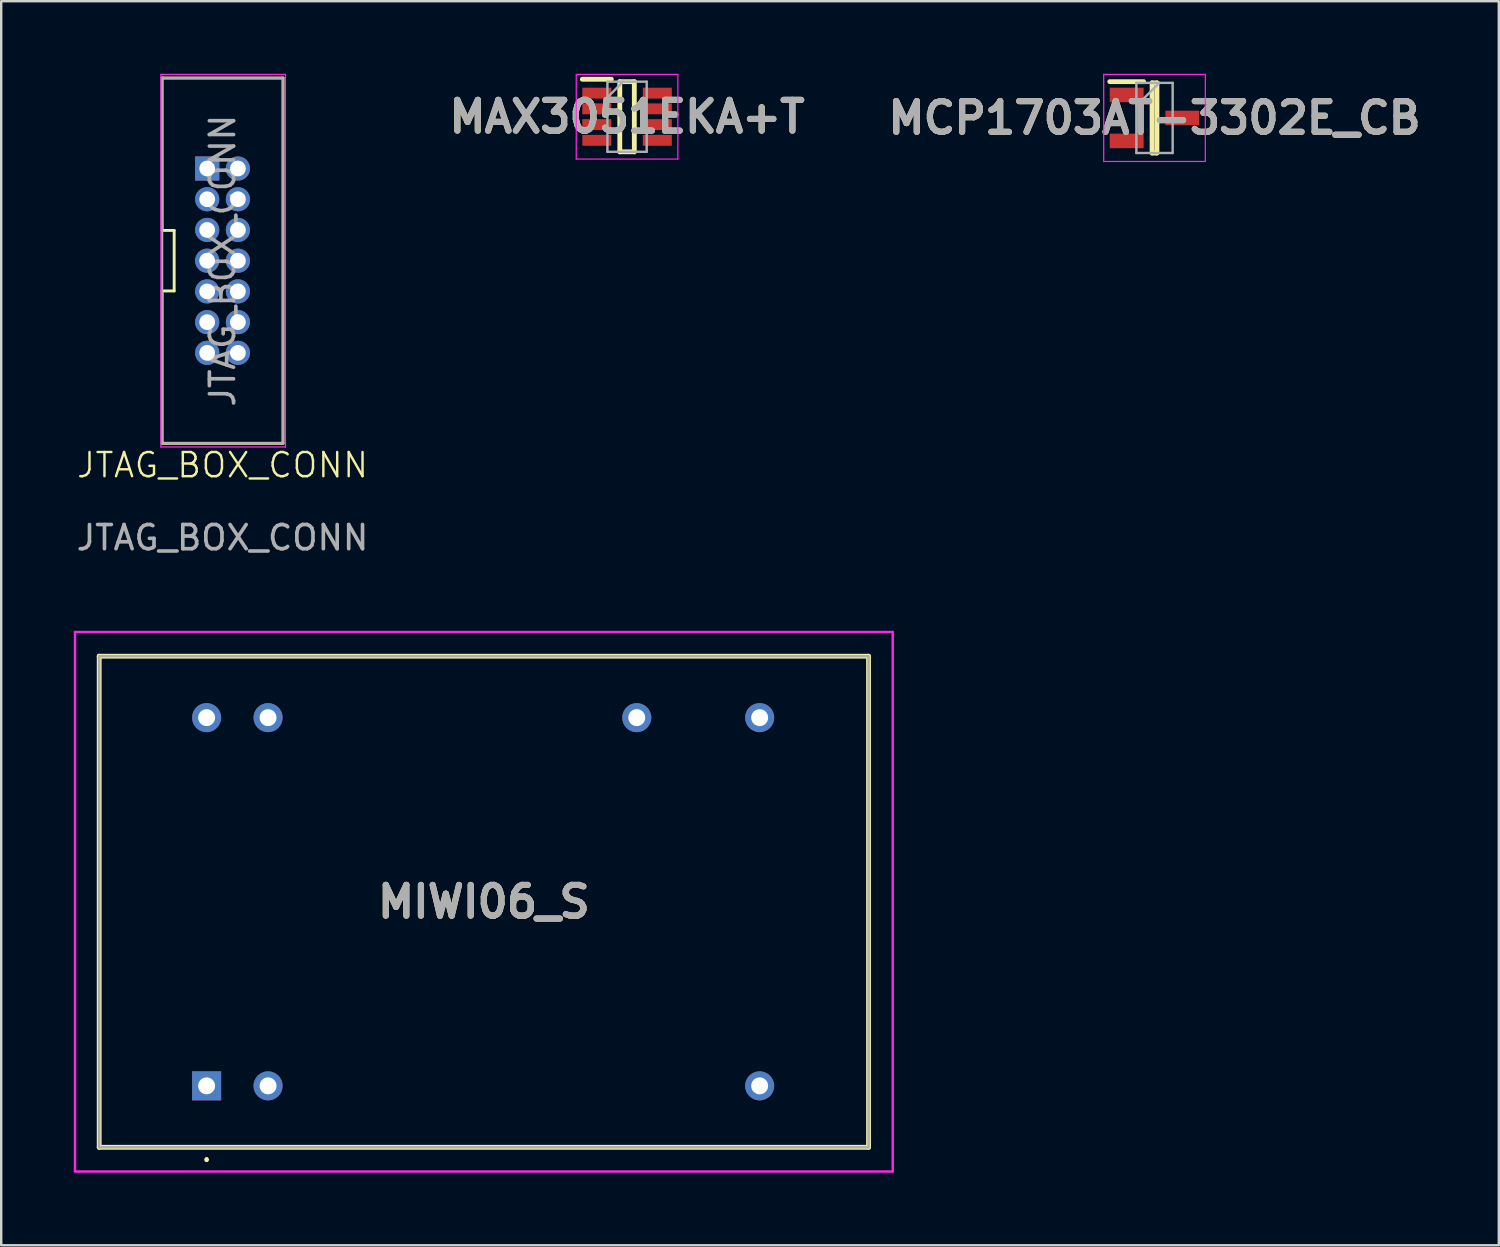
<source format=kicad_pcb>
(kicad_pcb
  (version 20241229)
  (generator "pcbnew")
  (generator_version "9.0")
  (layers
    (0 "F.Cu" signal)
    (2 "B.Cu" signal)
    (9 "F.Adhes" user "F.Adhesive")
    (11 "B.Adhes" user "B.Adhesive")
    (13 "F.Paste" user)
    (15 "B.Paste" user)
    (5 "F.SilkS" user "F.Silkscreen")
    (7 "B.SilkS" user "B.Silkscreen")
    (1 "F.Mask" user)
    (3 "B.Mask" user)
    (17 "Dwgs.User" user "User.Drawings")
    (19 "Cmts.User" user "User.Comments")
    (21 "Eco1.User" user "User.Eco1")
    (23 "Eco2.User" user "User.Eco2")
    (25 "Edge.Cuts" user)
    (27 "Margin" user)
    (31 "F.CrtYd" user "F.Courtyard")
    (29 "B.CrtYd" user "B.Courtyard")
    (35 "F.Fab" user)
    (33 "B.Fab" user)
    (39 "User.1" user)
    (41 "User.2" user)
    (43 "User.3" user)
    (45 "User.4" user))
  (footprint "JTAG_BOX_CONN"
    (layer "F.Cu")
    (at 6.149 16.675)
    (property "Reference" "JTAG_BOX_CONN" (at 0 -0.5 0) (unlocked yes) (layer "F.SilkS") (effects (font (size 1 1) (thickness 0.1))))
    (attr through_hole)
    (fp_line (start -2.5 -16.5) (end -2.5 -10.2) (stroke (width 0.12) (type solid)) (layer "F.SilkS"))
    (fp_line (start -2.5 -16.5) (end 2.5 -16.5) (stroke (width 0.12) (type solid)) (layer "F.SilkS"))
    (fp_line (start -2.5 -10.2) (end -2 -10.2) (stroke (width 0.12) (type default)) (layer "F.SilkS"))
    (fp_line (start -2.5 -7.7) (end -2.5 -1.4) (stroke (width 0.12) (type solid)) (layer "F.SilkS"))
    (fp_line (start -2.5 -1.4) (end 2.5 -1.4) (stroke (width 0.12) (type solid)) (layer "F.SilkS"))
    (fp_line (start -2 -10.2) (end -2 -7.7) (stroke (width 0.12) (type default)) (layer "F.SilkS"))
    (fp_line (start -2 -7.7) (end -2.5 -7.7) (stroke (width 0.12) (type default)) (layer "F.SilkS"))
    (fp_line (start 2.5 -16.5) (end 2.5 -1.4) (stroke (width 0.12) (type solid)) (layer "F.SilkS"))
    (fp_line (start -2.55 -16.65) (end -2.55 -1.25) (stroke (width 0.05) (type solid)) (layer "F.CrtYd"))
    (fp_line (start -2.55 -1.25) (end 2.6 -1.25) (stroke (width 0.05) (type solid)) (layer "F.CrtYd"))
    (fp_line (start 2.6 -16.65) (end -2.55 -16.65) (stroke (width 0.05) (type solid)) (layer "F.CrtYd"))
    (fp_line (start 2.6 -1.25) (end 2.6 -16.65) (stroke (width 0.05) (type solid)) (layer "F.CrtYd"))
    (fp_line (start -2.5 -16.5) (end 2.5 -16.5) (stroke (width 0.1) (type solid)) (layer "F.Fab"))
    (fp_line (start -2.5 -1.4) (end -2.5 -16.5) (stroke (width 0.1) (type solid)) (layer "F.Fab"))
    (fp_line (start 2.5 -16.5) (end 2.5 -1.4) (stroke (width 0.1) (type solid)) (layer "F.Fab"))
    (fp_line (start 2.5 -1.4) (end -2.5 -1.4) (stroke (width 0.1) (type solid)) (layer "F.Fab"))
    (fp_text user "${REFERENCE}" (at 0 2.5 0) (unlocked yes) (layer "F.Fab") (effects (font (size 1 1) (thickness 0.15))))
    (fp_text user "${REFERENCE}" (at 0 -8.95 90) (layer "F.Fab") (effects (font (size 1 1) (thickness 0.15))))
    (pad "1" thru_hole rect (at -0.635 -12.76) (size 1 1) (drill 0.65) (layers "*.Cu" "*.Mask"))
    (pad "2" thru_hole oval (at 0.635 -12.76) (size 1 1) (drill 0.65) (layers "*.Cu" "*.Mask"))
    (pad "3" thru_hole oval (at -0.635 -11.49) (size 1 1) (drill 0.65) (layers "*.Cu" "*.Mask"))
    (pad "4" thru_hole oval (at 0.635 -11.49) (size 1 1) (drill 0.65) (layers "*.Cu" "*.Mask"))
    (pad "5" thru_hole oval (at -0.635 -10.22) (size 1 1) (drill 0.65) (layers "*.Cu" "*.Mask"))
    (pad "6" thru_hole oval (at 0.635 -10.22) (size 1 1) (drill 0.65) (layers "*.Cu" "*.Mask"))
    (pad "7" thru_hole oval (at -0.635 -8.95) (size 1 1) (drill 0.65) (layers "*.Cu" "*.Mask"))
    (pad "8" thru_hole oval (at 0.635 -8.95) (size 1 1) (drill 0.65) (layers "*.Cu" "*.Mask"))
    (pad "9" thru_hole oval (at -0.635 -7.68) (size 1 1) (drill 0.65) (layers "*.Cu" "*.Mask"))
    (pad "10" thru_hole oval (at 0.635 -7.68) (size 1 1) (drill 0.65) (layers "*.Cu" "*.Mask"))
    (pad "11" thru_hole oval (at -0.635 -6.41) (size 1 1) (drill 0.65) (layers "*.Cu" "*.Mask"))
    (pad "12" thru_hole oval (at 0.635 -6.41) (size 1 1) (drill 0.65) (layers "*.Cu" "*.Mask"))
    (pad "13" thru_hole oval (at -0.635 -5.14) (size 1 1) (drill 0.65) (layers "*.Cu" "*.Mask"))
    (pad "14" thru_hole oval (at 0.635 -5.14) (size 1 1) (drill 0.65) (layers "*.Cu" "*.Mask")))
  (footprint "MAX3051EKA+T"
    (layer "F.Cu")
    (at 22.869 1.775)
    (property "Reference" "MAX3051EKA+T" (at 0 0 0) (layer "F.SilkS") (effects (font (size 1.27 1.27) (thickness 0.254))))
    (attr smd)
    (fp_line (start -1.85 -1.55) (end -0.65 -1.55) (stroke (width 0.2) (type solid)) (layer "F.SilkS"))
    (fp_line (start -0.3 -1.45) (end 0.3 -1.45) (stroke (width 0.2) (type solid)) (layer "F.SilkS"))
    (fp_line (start -0.3 1.45) (end -0.3 -1.45) (stroke (width 0.2) (type solid)) (layer "F.SilkS"))
    (fp_line (start 0.3 -1.45) (end 0.3 1.45) (stroke (width 0.2) (type solid)) (layer "F.SilkS"))
    (fp_line (start 0.3 1.45) (end -0.3 1.45) (stroke (width 0.2) (type solid)) (layer "F.SilkS"))
    (fp_line (start -2.1 -1.75) (end 2.1 -1.75) (stroke (width 0.05) (type solid)) (layer "F.CrtYd"))
    (fp_line (start -2.1 1.75) (end -2.1 -1.75) (stroke (width 0.05) (type solid)) (layer "F.CrtYd"))
    (fp_line (start 2.1 -1.75) (end 2.1 1.75) (stroke (width 0.05) (type solid)) (layer "F.CrtYd"))
    (fp_line (start 2.1 1.75) (end -2.1 1.75) (stroke (width 0.05) (type solid)) (layer "F.CrtYd"))
    (fp_line (start -0.812 -1.45) (end 0.812 -1.45) (stroke (width 0.1) (type solid)) (layer "F.Fab"))
    (fp_line (start -0.812 -0.8) (end -0.162 -1.45) (stroke (width 0.1) (type solid)) (layer "F.Fab"))
    (fp_line (start -0.812 1.45) (end -0.812 -1.45) (stroke (width 0.1) (type solid)) (layer "F.Fab"))
    (fp_line (start 0.812 -1.45) (end 0.812 1.45) (stroke (width 0.1) (type solid)) (layer "F.Fab"))
    (fp_line (start 0.812 1.45) (end -0.812 1.45) (stroke (width 0.1) (type solid)) (layer "F.Fab"))
    (fp_text user "${REFERENCE}" (at 0 0 0) (layer "F.Fab") (effects (font (size 1.27 1.27) (thickness 0.254))))
    (pad "1" smd rect (at -1.25 -0.975 90) (size 0.45 1.2) (layers "F.Cu" "F.Mask" "F.Paste"))
    (pad "2" smd rect (at -1.25 -0.325 90) (size 0.45 1.2) (layers "F.Cu" "F.Mask" "F.Paste"))
    (pad "3" smd rect (at -1.25 0.325 90) (size 0.45 1.2) (layers "F.Cu" "F.Mask" "F.Paste"))
    (pad "4" smd rect (at -1.25 0.975 90) (size 0.45 1.2) (layers "F.Cu" "F.Mask" "F.Paste"))
    (pad "5" smd rect (at 1.25 0.975 90) (size 0.45 1.2) (layers "F.Cu" "F.Mask" "F.Paste"))
    (pad "6" smd rect (at 1.25 0.325 90) (size 0.45 1.2) (layers "F.Cu" "F.Mask" "F.Paste"))
    (pad "7" smd rect (at 1.25 -0.325 90) (size 0.45 1.2) (layers "F.Cu" "F.Mask" "F.Paste"))
    (pad "8" smd rect (at 1.25 -0.975 90) (size 0.45 1.2) (layers "F.Cu" "F.Mask" "F.Paste")))
  (footprint "MIWI06_S"
    (layer "F.Cu")
    (at 5.49 41.833)
    (property "Reference" "MIWI06_S" (at 11.46 -7.61 0) (layer "F.SilkS") (effects (font (size 1.27 1.27) (thickness 0.254))))
    (attr through_hole)
    (fp_line (start -4.44 -17.76) (end 27.36 -17.76) (stroke (width 0.2) (type solid)) (layer "F.SilkS"))
    (fp_line (start -4.44 2.54) (end -4.44 -17.76) (stroke (width 0.2) (type solid)) (layer "F.SilkS"))
    (fp_line (start 0 3) (end 0 3) (stroke (width 0.1) (type solid)) (layer "F.SilkS"))
    (fp_line (start 0 3.1) (end 0 3.1) (stroke (width 0.1) (type solid)) (layer "F.SilkS"))
    (fp_line (start 27.36 -17.76) (end 27.36 2.54) (stroke (width 0.2) (type solid)) (layer "F.SilkS"))
    (fp_line (start 27.36 2.54) (end -4.44 2.54) (stroke (width 0.2) (type solid)) (layer "F.SilkS"))
    (fp_arc (start 0 3) (mid 0.05 3.05) (end 0 3.1) (stroke (width 0.1) (type solid)) (layer "F.SilkS"))
    (fp_arc (start 0 3.1) (mid -0.05 3.05) (end 0 3) (stroke (width 0.1) (type solid)) (layer "F.SilkS"))
    (fp_line (start -5.44 -18.76) (end 28.36 -18.76) (stroke (width 0.1) (type solid)) (layer "F.CrtYd"))
    (fp_line (start -5.44 3.54) (end -5.44 -18.76) (stroke (width 0.1) (type solid)) (layer "F.CrtYd"))
    (fp_line (start 28.36 -18.76) (end 28.36 3.54) (stroke (width 0.1) (type solid)) (layer "F.CrtYd"))
    (fp_line (start 28.36 3.54) (end -5.44 3.54) (stroke (width 0.1) (type solid)) (layer "F.CrtYd"))
    (fp_line (start -4.44 -17.76) (end -4.44 2.54) (stroke (width 0.1) (type solid)) (layer "F.Fab"))
    (fp_line (start -4.44 2.54) (end 27.36 2.54) (stroke (width 0.1) (type solid)) (layer "F.Fab"))
    (fp_line (start 27.36 -17.76) (end -4.44 -17.76) (stroke (width 0.1) (type solid)) (layer "F.Fab"))
    (fp_line (start 27.36 2.54) (end 27.36 -17.76) (stroke (width 0.1) (type solid)) (layer "F.Fab"))
    (fp_text user "${REFERENCE}" (at 11.46 -7.61 0) (layer "F.Fab") (effects (font (size 1.27 1.27) (thickness 0.254))))
    (pad "2" thru_hole rect (at 0 0) (size 1.2 1.2) (drill 0.7) (layers "*.Cu" "*.Mask"))
    (pad "3" thru_hole circle (at 2.54 0) (size 1.2 1.2) (drill 0.7) (layers "*.Cu" "*.Mask"))
    (pad "11" thru_hole circle (at 22.86 0) (size 1.2 1.2) (drill 0.7) (layers "*.Cu" "*.Mask"))
    (pad "14" thru_hole circle (at 22.86 -15.22) (size 1.2 1.2) (drill 0.7) (layers "*.Cu" "*.Mask"))
    (pad "16" thru_hole circle (at 17.78 -15.22) (size 1.2 1.2) (drill 0.7) (layers "*.Cu" "*.Mask"))
    (pad "22" thru_hole circle (at 2.54 -15.22) (size 1.2 1.2) (drill 0.7) (layers "*.Cu" "*.Mask"))
    (pad "23" thru_hole circle (at 0 -15.22) (size 1.2 1.2) (drill 0.7) (layers "*.Cu" "*.Mask")))
  (footprint "MCP1703AT-3302E_CB"
    (layer "F.Cu")
    (at 44.671 1.825)
    (property "Reference" "MCP1703AT-3302E_CB" (at 0 0 0) (layer "F.SilkS") (effects (font (size 1.27 1.27) (thickness 0.254))))
    (attr smd)
    (fp_line (start -1.85 -1.5) (end -0.45 -1.5) (stroke (width 0.2) (type solid)) (layer "F.SilkS"))
    (fp_line (start -0.1 -1.45) (end 0.1 -1.45) (stroke (width 0.2) (type solid)) (layer "F.SilkS"))
    (fp_line (start -0.1 1.45) (end -0.1 -1.45) (stroke (width 0.2) (type solid)) (layer "F.SilkS"))
    (fp_line (start 0.1 -1.45) (end 0.1 1.45) (stroke (width 0.2) (type solid)) (layer "F.SilkS"))
    (fp_line (start 0.1 1.45) (end -0.1 1.45) (stroke (width 0.2) (type solid)) (layer "F.SilkS"))
    (fp_line (start -2.1 -1.8) (end 2.1 -1.8) (stroke (width 0.05) (type solid)) (layer "F.CrtYd"))
    (fp_line (start -2.1 1.8) (end -2.1 -1.8) (stroke (width 0.05) (type solid)) (layer "F.CrtYd"))
    (fp_line (start 2.1 -1.8) (end 2.1 1.8) (stroke (width 0.05) (type solid)) (layer "F.CrtYd"))
    (fp_line (start 2.1 1.8) (end -2.1 1.8) (stroke (width 0.05) (type solid)) (layer "F.CrtYd"))
    (fp_line (start -0.75 -1.45) (end 0.75 -1.45) (stroke (width 0.1) (type solid)) (layer "F.Fab"))
    (fp_line (start -0.75 -0.5) (end 0.2 -1.45) (stroke (width 0.1) (type solid)) (layer "F.Fab"))
    (fp_line (start -0.75 1.45) (end -0.75 -1.45) (stroke (width 0.1) (type solid)) (layer "F.Fab"))
    (fp_line (start 0.75 -1.45) (end 0.75 1.45) (stroke (width 0.1) (type solid)) (layer "F.Fab"))
    (fp_line (start 0.75 1.45) (end -0.75 1.45) (stroke (width 0.1) (type solid)) (layer "F.Fab"))
    (fp_text user "${REFERENCE}" (at 0 0 0) (layer "F.Fab") (effects (font (size 1.27 1.27) (thickness 0.254))))
    (pad "1" smd rect (at -1.15 -0.95 90) (size 0.6 1.4) (layers "F.Cu" "F.Mask" "F.Paste"))
    (pad "2" smd rect (at -1.15 0.95 90) (size 0.6 1.4) (layers "F.Cu" "F.Mask" "F.Paste"))
    (pad "3" smd rect (at 1.15 0 90) (size 0.6 1.4) (layers "F.Cu" "F.Mask" "F.Paste")))
  (gr_rect
    (start -3 -3)
    (end 58.902 48.423)
    (stroke (width 0.1) (type default))
    (fill no)
    (layer "Edge.Cuts")))
</source>
